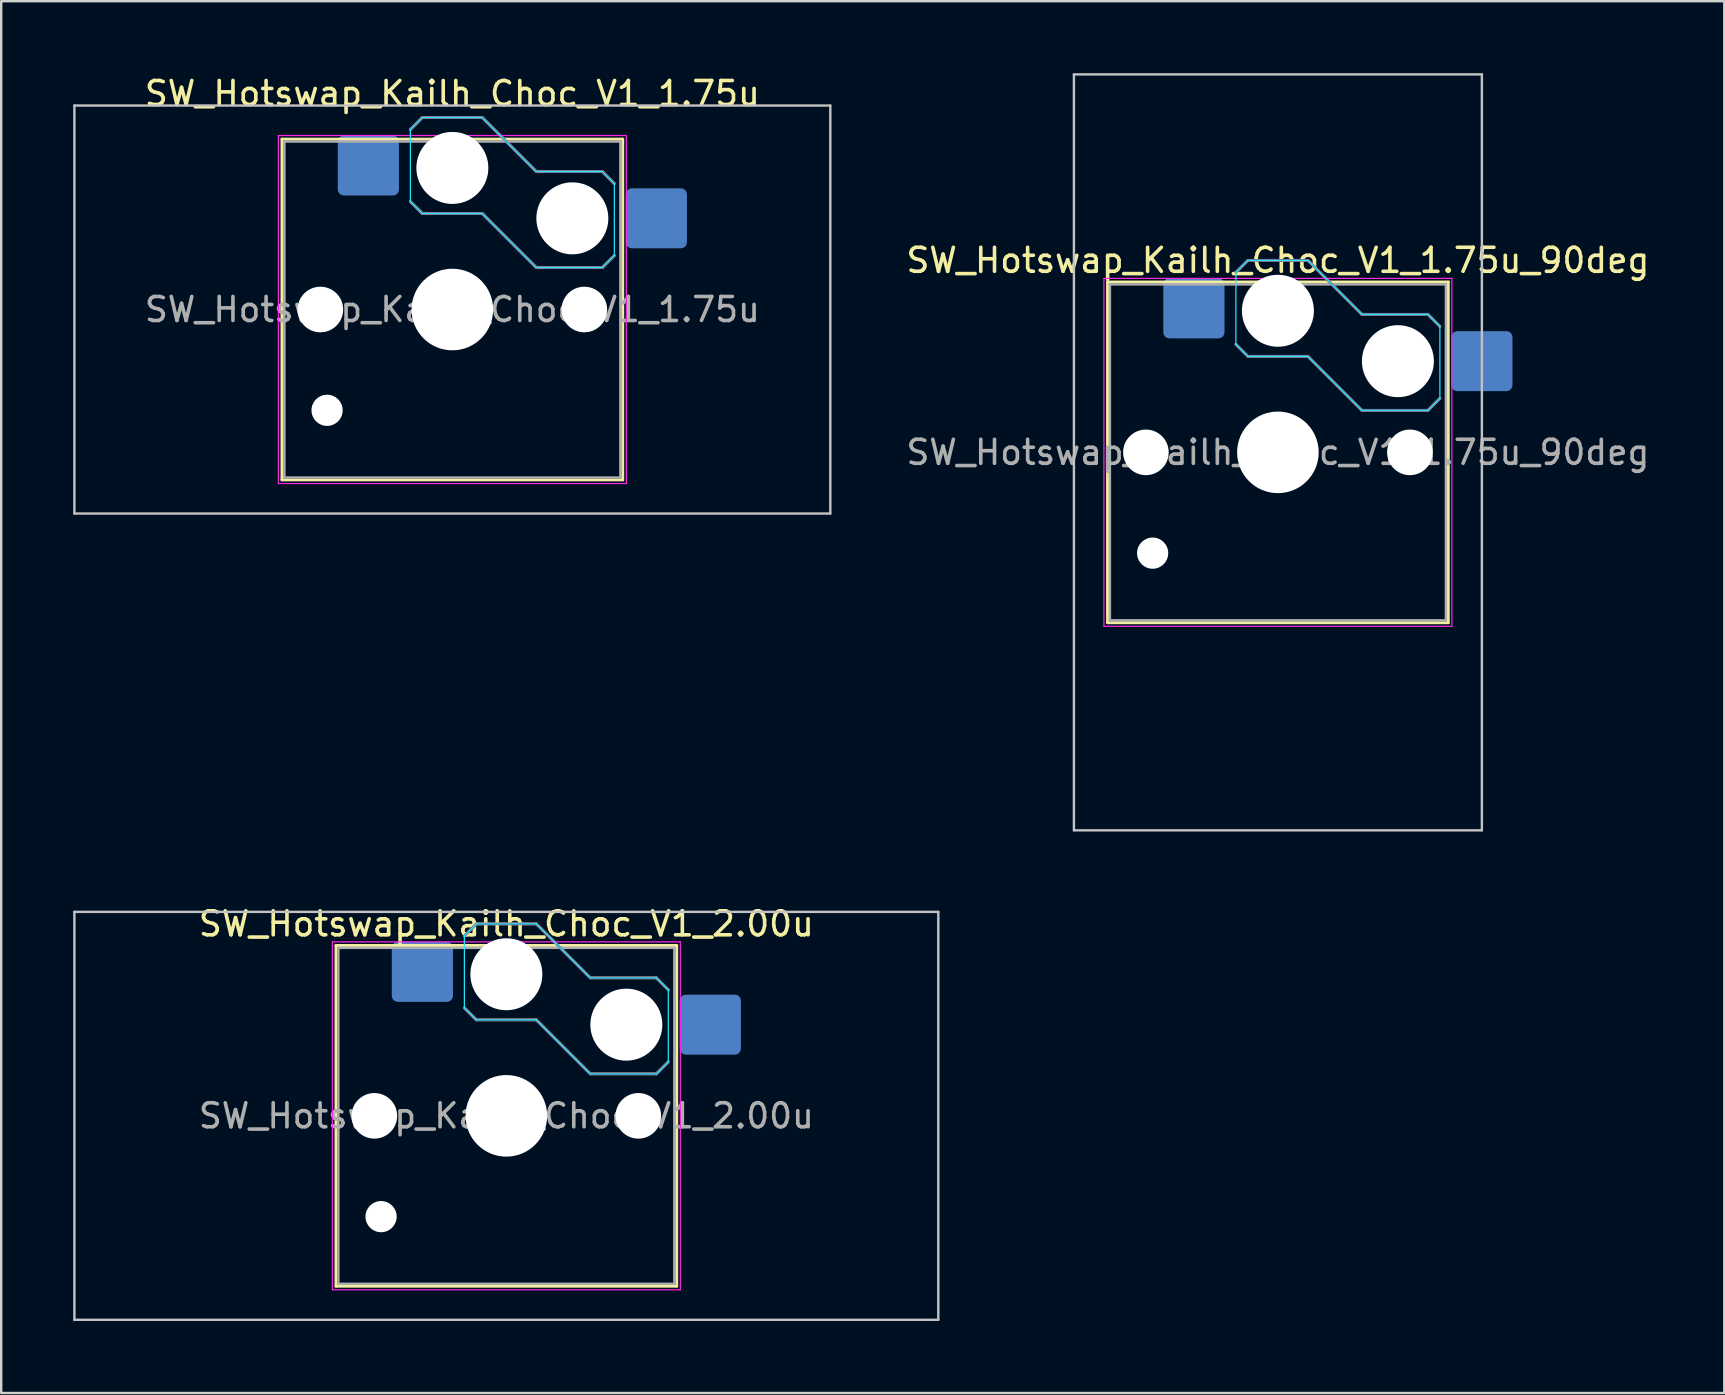
<source format=kicad_pcb>
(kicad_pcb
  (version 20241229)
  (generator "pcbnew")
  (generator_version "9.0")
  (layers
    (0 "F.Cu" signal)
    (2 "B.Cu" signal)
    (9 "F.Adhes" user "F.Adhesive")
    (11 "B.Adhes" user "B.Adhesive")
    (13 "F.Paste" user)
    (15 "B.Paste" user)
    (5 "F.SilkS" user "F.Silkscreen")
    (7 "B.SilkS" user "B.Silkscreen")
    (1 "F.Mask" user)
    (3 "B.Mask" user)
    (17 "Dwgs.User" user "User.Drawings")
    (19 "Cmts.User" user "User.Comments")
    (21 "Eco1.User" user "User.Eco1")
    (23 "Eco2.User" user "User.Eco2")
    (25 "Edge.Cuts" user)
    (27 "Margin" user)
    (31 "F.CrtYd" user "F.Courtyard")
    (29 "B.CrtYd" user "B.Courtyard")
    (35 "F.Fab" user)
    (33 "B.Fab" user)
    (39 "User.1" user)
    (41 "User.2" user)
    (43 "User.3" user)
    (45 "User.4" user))
  (footprint "SW_Hotswap_Kailh_Choc_V1_1.75u_90deg"
    (layer "F.Cu")
    (at 50.201 15.8)
    (property "Reference" "SW_Hotswap_Kailh_Choc_V1_1.75u_90deg" (at 0 -8 0) (layer "F.SilkS") (effects (font (size 1 1) (thickness 0.15))))
    (attr smd)
    (fp_line (start -7.1 -7.1) (end -7.1 7.1) (stroke (width 0.12) (type solid)) (layer "F.SilkS"))
    (fp_line (start -7.1 7.1) (end 7.1 7.1) (stroke (width 0.12) (type solid)) (layer "F.SilkS"))
    (fp_line (start 7.1 -7.1) (end -7.1 -7.1) (stroke (width 0.12) (type solid)) (layer "F.SilkS"))
    (fp_line (start 7.1 7.1) (end 7.1 -7.1) (stroke (width 0.12) (type solid)) (layer "F.SilkS"))
    (fp_line (start -1.75 -7.5) (end -1.25 -8) (stroke (width 0.12) (type solid)) (layer "B.SilkS"))
    (fp_line (start -1.25 -8) (end 1.25 -8) (stroke (width 0.12) (type solid)) (layer "B.SilkS"))
    (fp_line (start -1.25 -4) (end -1.75 -4.5) (stroke (width 0.12) (type solid)) (layer "B.SilkS"))
    (fp_line (start 1.25 -8) (end 3.5 -5.75) (stroke (width 0.12) (type solid)) (layer "B.SilkS"))
    (fp_line (start 1.25 -4) (end -1.25 -4) (stroke (width 0.12) (type solid)) (layer "B.SilkS"))
    (fp_line (start 3.5 -5.75) (end 6.25 -5.75) (stroke (width 0.12) (type solid)) (layer "B.SilkS"))
    (fp_line (start 3.5 -1.75) (end 1.25 -4) (stroke (width 0.12) (type solid)) (layer "B.SilkS"))
    (fp_line (start 6.25 -5.75) (end 6.75 -5.25) (stroke (width 0.12) (type solid)) (layer "B.SilkS"))
    (fp_line (start 6.25 -1.75) (end 3.5 -1.75) (stroke (width 0.12) (type solid)) (layer "B.SilkS"))
    (fp_line (start 6.75 -2.25) (end 6.25 -1.75) (stroke (width 0.12) (type solid)) (layer "B.SilkS"))
    (fp_line (start -8.5 -15.75) (end 8.5 -15.75) (stroke (width 0.1) (type solid)) (layer "Dwgs.User"))
    (fp_line (start -8.5 15.75) (end -8.5 -15.75) (stroke (width 0.1) (type solid)) (layer "Dwgs.User"))
    (fp_line (start 8.5 -15.75) (end 8.5 15.75) (stroke (width 0.1) (type solid)) (layer "Dwgs.User"))
    (fp_line (start 8.5 15.75) (end -8.5 15.75) (stroke (width 0.1) (type solid)) (layer "Dwgs.User"))
    (fp_line (start -1.75 -7.5) (end -1.25 -8) (stroke (width 0.05) (type solid)) (layer "B.CrtYd"))
    (fp_line (start -1.75 -4.5) (end -1.75 -7.5) (stroke (width 0.05) (type solid)) (layer "B.CrtYd"))
    (fp_line (start -1.25 -8) (end 1.25 -8) (stroke (width 0.05) (type solid)) (layer "B.CrtYd"))
    (fp_line (start -1.25 -4) (end -1.75 -4.5) (stroke (width 0.05) (type solid)) (layer "B.CrtYd"))
    (fp_line (start 1.25 -8) (end 3.5 -5.75) (stroke (width 0.05) (type solid)) (layer "B.CrtYd"))
    (fp_line (start 1.25 -4) (end -1.25 -4) (stroke (width 0.05) (type solid)) (layer "B.CrtYd"))
    (fp_line (start 3.5 -5.75) (end 6.25 -5.75) (stroke (width 0.05) (type solid)) (layer "B.CrtYd"))
    (fp_line (start 3.5 -1.75) (end 1.25 -4) (stroke (width 0.05) (type solid)) (layer "B.CrtYd"))
    (fp_line (start 6.25 -5.75) (end 6.75 -5.25) (stroke (width 0.05) (type solid)) (layer "B.CrtYd"))
    (fp_line (start 6.25 -1.75) (end 3.5 -1.75) (stroke (width 0.05) (type solid)) (layer "B.CrtYd"))
    (fp_line (start 6.75 -5.25) (end 6.75 -2.25) (stroke (width 0.05) (type solid)) (layer "B.CrtYd"))
    (fp_line (start 6.75 -2.25) (end 6.25 -1.75) (stroke (width 0.05) (type solid)) (layer "B.CrtYd"))
    (fp_line (start -7.25 -7.25) (end -7.25 7.25) (stroke (width 0.05) (type solid)) (layer "F.CrtYd"))
    (fp_line (start -7.25 7.25) (end 7.25 7.25) (stroke (width 0.05) (type solid)) (layer "F.CrtYd"))
    (fp_line (start 7.25 -7.25) (end -7.25 -7.25) (stroke (width 0.05) (type solid)) (layer "F.CrtYd"))
    (fp_line (start 7.25 7.25) (end 7.25 -7.25) (stroke (width 0.05) (type solid)) (layer "F.CrtYd"))
    (fp_line (start -1.75 -7.5) (end -1.25 -8) (stroke (width 0.1) (type solid)) (layer "B.Fab"))
    (fp_line (start -1.25 -8) (end 1.25 -8) (stroke (width 0.1) (type solid)) (layer "B.Fab"))
    (fp_line (start -1.25 -4) (end -1.75 -4.5) (stroke (width 0.1) (type solid)) (layer "B.Fab"))
    (fp_line (start 1.25 -8) (end 3.5 -5.75) (stroke (width 0.1) (type solid)) (layer "B.Fab"))
    (fp_line (start 1.25 -4) (end -1.25 -4) (stroke (width 0.1) (type solid)) (layer "B.Fab"))
    (fp_line (start 3.5 -5.75) (end 6.25 -5.75) (stroke (width 0.1) (type solid)) (layer "B.Fab"))
    (fp_line (start 3.5 -1.75) (end 1.25 -4) (stroke (width 0.1) (type solid)) (layer "B.Fab"))
    (fp_line (start 6.25 -5.75) (end 6.75 -5.25) (stroke (width 0.1) (type solid)) (layer "B.Fab"))
    (fp_line (start 6.25 -1.75) (end 3.5 -1.75) (stroke (width 0.1) (type solid)) (layer "B.Fab"))
    (fp_line (start 6.75 -2.25) (end 6.25 -1.75) (stroke (width 0.1) (type solid)) (layer "B.Fab"))
    (fp_line (start -7 -7) (end -7 7) (stroke (width 0.1) (type solid)) (layer "F.Fab"))
    (fp_line (start -7 7) (end 7 7) (stroke (width 0.1) (type solid)) (layer "F.Fab"))
    (fp_line (start 7 -7) (end -7 -7) (stroke (width 0.1) (type solid)) (layer "F.Fab"))
    (fp_line (start 7 7) (end 7 -7) (stroke (width 0.1) (type solid)) (layer "F.Fab"))
    (fp_text user "${REFERENCE}" (at 0 0 0) (layer "F.Fab") (effects (font (size 1 1) (thickness 0.15))))
    (pad "" np_thru_hole circle (at -5.5 0) (size 1.9 1.9) (drill 1.9) (layers "*.Cu" "*.Mask"))
    (pad "" np_thru_hole circle (at -5.22 4.2) (size 1.3 1.3) (drill 1.3) (layers "*.Cu" "*.Mask"))
    (pad "" np_thru_hole circle (at 0 -5.9) (size 3 3) (drill 3) (layers "*.Cu" "*.Mask"))
    (pad "" np_thru_hole circle (at 0 0) (size 3.4 3.4) (drill 3.4) (layers "*.Cu" "*.Mask"))
    (pad "" np_thru_hole circle (at 5 -3.8) (size 3 3) (drill 3) (layers "*.Cu" "*.Mask"))
    (pad "" np_thru_hole circle (at 5.5 0) (size 1.9 1.9) (drill 1.9) (layers "*.Cu" "*.Mask"))
    (pad "1" smd roundrect (at -3.5 -6) (size 2.55 2.5) (layers "B.Cu" "B.Mask" "B.Paste") (roundrect_rratio 0.1))
    (pad "2" smd roundrect (at 8.5 -3.8) (size 2.55 2.5) (layers "B.Cu" "B.Mask" "B.Paste") (roundrect_rratio 0.1)))
  (footprint "SW_Hotswap_Kailh_Choc_V1_2.00u"
    (layer "F.Cu")
    (at 18.05 43.448)
    (property "Reference" "SW_Hotswap_Kailh_Choc_V1_2.00u" (at 0 -8 0) (layer "F.SilkS") (effects (font (size 1 1) (thickness 0.15))))
    (attr smd)
    (fp_line (start -7.1 -7.1) (end -7.1 7.1) (stroke (width 0.12) (type solid)) (layer "F.SilkS"))
    (fp_line (start -7.1 7.1) (end 7.1 7.1) (stroke (width 0.12) (type solid)) (layer "F.SilkS"))
    (fp_line (start 7.1 -7.1) (end -7.1 -7.1) (stroke (width 0.12) (type solid)) (layer "F.SilkS"))
    (fp_line (start 7.1 7.1) (end 7.1 -7.1) (stroke (width 0.12) (type solid)) (layer "F.SilkS"))
    (fp_line (start -1.75 -7.5) (end -1.25 -8) (stroke (width 0.12) (type solid)) (layer "B.SilkS"))
    (fp_line (start -1.25 -8) (end 1.25 -8) (stroke (width 0.12) (type solid)) (layer "B.SilkS"))
    (fp_line (start -1.25 -4) (end -1.75 -4.5) (stroke (width 0.12) (type solid)) (layer "B.SilkS"))
    (fp_line (start 1.25 -8) (end 3.5 -5.75) (stroke (width 0.12) (type solid)) (layer "B.SilkS"))
    (fp_line (start 1.25 -4) (end -1.25 -4) (stroke (width 0.12) (type solid)) (layer "B.SilkS"))
    (fp_line (start 3.5 -5.75) (end 6.25 -5.75) (stroke (width 0.12) (type solid)) (layer "B.SilkS"))
    (fp_line (start 3.5 -1.75) (end 1.25 -4) (stroke (width 0.12) (type solid)) (layer "B.SilkS"))
    (fp_line (start 6.25 -5.75) (end 6.75 -5.25) (stroke (width 0.12) (type solid)) (layer "B.SilkS"))
    (fp_line (start 6.25 -1.75) (end 3.5 -1.75) (stroke (width 0.12) (type solid)) (layer "B.SilkS"))
    (fp_line (start 6.75 -2.25) (end 6.25 -1.75) (stroke (width 0.12) (type solid)) (layer "B.SilkS"))
    (fp_line (start -18 -8.5) (end -18 8.5) (stroke (width 0.1) (type solid)) (layer "Dwgs.User"))
    (fp_line (start -18 8.5) (end 18 8.5) (stroke (width 0.1) (type solid)) (layer "Dwgs.User"))
    (fp_line (start 18 -8.5) (end -18 -8.5) (stroke (width 0.1) (type solid)) (layer "Dwgs.User"))
    (fp_line (start 18 8.5) (end 18 -8.5) (stroke (width 0.1) (type solid)) (layer "Dwgs.User"))
    (fp_line (start -1.75 -7.5) (end -1.25 -8) (stroke (width 0.05) (type solid)) (layer "B.CrtYd"))
    (fp_line (start -1.75 -4.5) (end -1.75 -7.5) (stroke (width 0.05) (type solid)) (layer "B.CrtYd"))
    (fp_line (start -1.25 -8) (end 1.25 -8) (stroke (width 0.05) (type solid)) (layer "B.CrtYd"))
    (fp_line (start -1.25 -4) (end -1.75 -4.5) (stroke (width 0.05) (type solid)) (layer "B.CrtYd"))
    (fp_line (start 1.25 -8) (end 3.5 -5.75) (stroke (width 0.05) (type solid)) (layer "B.CrtYd"))
    (fp_line (start 1.25 -4) (end -1.25 -4) (stroke (width 0.05) (type solid)) (layer "B.CrtYd"))
    (fp_line (start 3.5 -5.75) (end 6.25 -5.75) (stroke (width 0.05) (type solid)) (layer "B.CrtYd"))
    (fp_line (start 3.5 -1.75) (end 1.25 -4) (stroke (width 0.05) (type solid)) (layer "B.CrtYd"))
    (fp_line (start 6.25 -5.75) (end 6.75 -5.25) (stroke (width 0.05) (type solid)) (layer "B.CrtYd"))
    (fp_line (start 6.25 -1.75) (end 3.5 -1.75) (stroke (width 0.05) (type solid)) (layer "B.CrtYd"))
    (fp_line (start 6.75 -5.25) (end 6.75 -2.25) (stroke (width 0.05) (type solid)) (layer "B.CrtYd"))
    (fp_line (start 6.75 -2.25) (end 6.25 -1.75) (stroke (width 0.05) (type solid)) (layer "B.CrtYd"))
    (fp_line (start -7.25 -7.25) (end -7.25 7.25) (stroke (width 0.05) (type solid)) (layer "F.CrtYd"))
    (fp_line (start -7.25 7.25) (end 7.25 7.25) (stroke (width 0.05) (type solid)) (layer "F.CrtYd"))
    (fp_line (start 7.25 -7.25) (end -7.25 -7.25) (stroke (width 0.05) (type solid)) (layer "F.CrtYd"))
    (fp_line (start 7.25 7.25) (end 7.25 -7.25) (stroke (width 0.05) (type solid)) (layer "F.CrtYd"))
    (fp_line (start -1.75 -7.5) (end -1.25 -8) (stroke (width 0.1) (type solid)) (layer "B.Fab"))
    (fp_line (start -1.25 -8) (end 1.25 -8) (stroke (width 0.1) (type solid)) (layer "B.Fab"))
    (fp_line (start -1.25 -4) (end -1.75 -4.5) (stroke (width 0.1) (type solid)) (layer "B.Fab"))
    (fp_line (start 1.25 -8) (end 3.5 -5.75) (stroke (width 0.1) (type solid)) (layer "B.Fab"))
    (fp_line (start 1.25 -4) (end -1.25 -4) (stroke (width 0.1) (type solid)) (layer "B.Fab"))
    (fp_line (start 3.5 -5.75) (end 6.25 -5.75) (stroke (width 0.1) (type solid)) (layer "B.Fab"))
    (fp_line (start 3.5 -1.75) (end 1.25 -4) (stroke (width 0.1) (type solid)) (layer "B.Fab"))
    (fp_line (start 6.25 -5.75) (end 6.75 -5.25) (stroke (width 0.1) (type solid)) (layer "B.Fab"))
    (fp_line (start 6.25 -1.75) (end 3.5 -1.75) (stroke (width 0.1) (type solid)) (layer "B.Fab"))
    (fp_line (start 6.75 -2.25) (end 6.25 -1.75) (stroke (width 0.1) (type solid)) (layer "B.Fab"))
    (fp_line (start -7 -7) (end -7 7) (stroke (width 0.1) (type solid)) (layer "F.Fab"))
    (fp_line (start -7 7) (end 7 7) (stroke (width 0.1) (type solid)) (layer "F.Fab"))
    (fp_line (start 7 -7) (end -7 -7) (stroke (width 0.1) (type solid)) (layer "F.Fab"))
    (fp_line (start 7 7) (end 7 -7) (stroke (width 0.1) (type solid)) (layer "F.Fab"))
    (fp_text user "${REFERENCE}" (at 0 0 0) (layer "F.Fab") (effects (font (size 1 1) (thickness 0.15))))
    (pad "" np_thru_hole circle (at -5.5 0) (size 1.9 1.9) (drill 1.9) (layers "*.Cu" "*.Mask"))
    (pad "" np_thru_hole circle (at -5.22 4.2) (size 1.3 1.3) (drill 1.3) (layers "*.Cu" "*.Mask"))
    (pad "" np_thru_hole circle (at 0 -5.9) (size 3 3) (drill 3) (layers "*.Cu" "*.Mask"))
    (pad "" np_thru_hole circle (at 0 0) (size 3.4 3.4) (drill 3.4) (layers "*.Cu" "*.Mask"))
    (pad "" np_thru_hole circle (at 5 -3.8) (size 3 3) (drill 3) (layers "*.Cu" "*.Mask"))
    (pad "" np_thru_hole circle (at 5.5 0) (size 1.9 1.9) (drill 1.9) (layers "*.Cu" "*.Mask"))
    (pad "1" smd roundrect (at -3.5 -6) (size 2.55 2.5) (layers "B.Cu" "B.Mask" "B.Paste") (roundrect_rratio 0.1))
    (pad "2" smd roundrect (at 8.5 -3.8) (size 2.55 2.5) (layers "B.Cu" "B.Mask" "B.Paste") (roundrect_rratio 0.1)))
  (footprint "SW_Hotswap_Kailh_Choc_V1_1.75u"
    (layer "F.Cu")
    (at 15.8 9.848)
    (property "Reference" "SW_Hotswap_Kailh_Choc_V1_1.75u" (at 0 -9 0) (layer "F.SilkS") (effects (font (size 1 1) (thickness 0.15))))
    (attr smd)
    (fp_line (start -7.1 -7.1) (end -7.1 7.1) (stroke (width 0.12) (type solid)) (layer "F.SilkS"))
    (fp_line (start -7.1 7.1) (end 7.1 7.1) (stroke (width 0.12) (type solid)) (layer "F.SilkS"))
    (fp_line (start 7.1 -7.1) (end -7.1 -7.1) (stroke (width 0.12) (type solid)) (layer "F.SilkS"))
    (fp_line (start 7.1 7.1) (end 7.1 -7.1) (stroke (width 0.12) (type solid)) (layer "F.SilkS"))
    (fp_line (start -1.75 -7.5) (end -1.25 -8) (stroke (width 0.12) (type solid)) (layer "B.SilkS"))
    (fp_line (start -1.25 -8) (end 1.25 -8) (stroke (width 0.12) (type solid)) (layer "B.SilkS"))
    (fp_line (start -1.25 -4) (end -1.75 -4.5) (stroke (width 0.12) (type solid)) (layer "B.SilkS"))
    (fp_line (start 1.25 -8) (end 3.5 -5.75) (stroke (width 0.12) (type solid)) (layer "B.SilkS"))
    (fp_line (start 1.25 -4) (end -1.25 -4) (stroke (width 0.12) (type solid)) (layer "B.SilkS"))
    (fp_line (start 3.5 -5.75) (end 6.25 -5.75) (stroke (width 0.12) (type solid)) (layer "B.SilkS"))
    (fp_line (start 3.5 -1.75) (end 1.25 -4) (stroke (width 0.12) (type solid)) (layer "B.SilkS"))
    (fp_line (start 6.25 -5.75) (end 6.75 -5.25) (stroke (width 0.12) (type solid)) (layer "B.SilkS"))
    (fp_line (start 6.25 -1.75) (end 3.5 -1.75) (stroke (width 0.12) (type solid)) (layer "B.SilkS"))
    (fp_line (start 6.75 -2.25) (end 6.25 -1.75) (stroke (width 0.12) (type solid)) (layer "B.SilkS"))
    (fp_line (start -15.75 -8.5) (end -15.75 8.5) (stroke (width 0.1) (type solid)) (layer "Dwgs.User"))
    (fp_line (start -15.75 8.5) (end 15.75 8.5) (stroke (width 0.1) (type solid)) (layer "Dwgs.User"))
    (fp_line (start 15.75 -8.5) (end -15.75 -8.5) (stroke (width 0.1) (type solid)) (layer "Dwgs.User"))
    (fp_line (start 15.75 8.5) (end 15.75 -8.5) (stroke (width 0.1) (type solid)) (layer "Dwgs.User"))
    (fp_line (start -1.75 -7.5) (end -1.25 -8) (stroke (width 0.05) (type solid)) (layer "B.CrtYd"))
    (fp_line (start -1.75 -4.5) (end -1.75 -7.5) (stroke (width 0.05) (type solid)) (layer "B.CrtYd"))
    (fp_line (start -1.25 -8) (end 1.25 -8) (stroke (width 0.05) (type solid)) (layer "B.CrtYd"))
    (fp_line (start -1.25 -4) (end -1.75 -4.5) (stroke (width 0.05) (type solid)) (layer "B.CrtYd"))
    (fp_line (start 1.25 -8) (end 3.5 -5.75) (stroke (width 0.05) (type solid)) (layer "B.CrtYd"))
    (fp_line (start 1.25 -4) (end -1.25 -4) (stroke (width 0.05) (type solid)) (layer "B.CrtYd"))
    (fp_line (start 3.5 -5.75) (end 6.25 -5.75) (stroke (width 0.05) (type solid)) (layer "B.CrtYd"))
    (fp_line (start 3.5 -1.75) (end 1.25 -4) (stroke (width 0.05) (type solid)) (layer "B.CrtYd"))
    (fp_line (start 6.25 -5.75) (end 6.75 -5.25) (stroke (width 0.05) (type solid)) (layer "B.CrtYd"))
    (fp_line (start 6.25 -1.75) (end 3.5 -1.75) (stroke (width 0.05) (type solid)) (layer "B.CrtYd"))
    (fp_line (start 6.75 -5.25) (end 6.75 -2.25) (stroke (width 0.05) (type solid)) (layer "B.CrtYd"))
    (fp_line (start 6.75 -2.25) (end 6.25 -1.75) (stroke (width 0.05) (type solid)) (layer "B.CrtYd"))
    (fp_line (start -7.25 -7.25) (end -7.25 7.25) (stroke (width 0.05) (type solid)) (layer "F.CrtYd"))
    (fp_line (start -7.25 7.25) (end 7.25 7.25) (stroke (width 0.05) (type solid)) (layer "F.CrtYd"))
    (fp_line (start 7.25 -7.25) (end -7.25 -7.25) (stroke (width 0.05) (type solid)) (layer "F.CrtYd"))
    (fp_line (start 7.25 7.25) (end 7.25 -7.25) (stroke (width 0.05) (type solid)) (layer "F.CrtYd"))
    (fp_line (start -1.75 -7.5) (end -1.25 -8) (stroke (width 0.1) (type solid)) (layer "B.Fab"))
    (fp_line (start -1.25 -8) (end 1.25 -8) (stroke (width 0.1) (type solid)) (layer "B.Fab"))
    (fp_line (start -1.25 -4) (end -1.75 -4.5) (stroke (width 0.1) (type solid)) (layer "B.Fab"))
    (fp_line (start 1.25 -8) (end 3.5 -5.75) (stroke (width 0.1) (type solid)) (layer "B.Fab"))
    (fp_line (start 1.25 -4) (end -1.25 -4) (stroke (width 0.1) (type solid)) (layer "B.Fab"))
    (fp_line (start 3.5 -5.75) (end 6.25 -5.75) (stroke (width 0.1) (type solid)) (layer "B.Fab"))
    (fp_line (start 3.5 -1.75) (end 1.25 -4) (stroke (width 0.1) (type solid)) (layer "B.Fab"))
    (fp_line (start 6.25 -5.75) (end 6.75 -5.25) (stroke (width 0.1) (type solid)) (layer "B.Fab"))
    (fp_line (start 6.25 -1.75) (end 3.5 -1.75) (stroke (width 0.1) (type solid)) (layer "B.Fab"))
    (fp_line (start 6.75 -2.25) (end 6.25 -1.75) (stroke (width 0.1) (type solid)) (layer "B.Fab"))
    (fp_line (start -7 -7) (end -7 7) (stroke (width 0.1) (type solid)) (layer "F.Fab"))
    (fp_line (start -7 7) (end 7 7) (stroke (width 0.1) (type solid)) (layer "F.Fab"))
    (fp_line (start 7 -7) (end -7 -7) (stroke (width 0.1) (type solid)) (layer "F.Fab"))
    (fp_line (start 7 7) (end 7 -7) (stroke (width 0.1) (type solid)) (layer "F.Fab"))
    (fp_text user "${REFERENCE}" (at 0 0 0) (layer "F.Fab") (effects (font (size 1 1) (thickness 0.15))))
    (pad "" np_thru_hole circle (at -5.5 0) (size 1.9 1.9) (drill 1.9) (layers "*.Cu" "*.Mask"))
    (pad "" np_thru_hole circle (at -5.22 4.2) (size 1.3 1.3) (drill 1.3) (layers "*.Cu" "*.Mask"))
    (pad "" np_thru_hole circle (at 0 -5.9) (size 3 3) (drill 3) (layers "*.Cu" "*.Mask"))
    (pad "" np_thru_hole circle (at 0 0) (size 3.4 3.4) (drill 3.4) (layers "*.Cu" "*.Mask"))
    (pad "" np_thru_hole circle (at 5 -3.8) (size 3 3) (drill 3) (layers "*.Cu" "*.Mask"))
    (pad "" np_thru_hole circle (at 5.5 0) (size 1.9 1.9) (drill 1.9) (layers "*.Cu" "*.Mask"))
    (pad "1" smd roundrect (at -3.5 -6) (size 2.55 2.5) (layers "B.Cu" "B.Mask" "B.Paste") (roundrect_rratio 0.1))
    (pad "2" smd roundrect (at 8.5 -3.8) (size 2.55 2.5) (layers "B.Cu" "B.Mask" "B.Paste") (roundrect_rratio 0.1)))
  (gr_rect
    (start -3 -3)
    (end 68.802 54.998)
    (stroke (width 0.1) (type default))
    (fill no)
    (layer "Edge.Cuts")))
</source>
